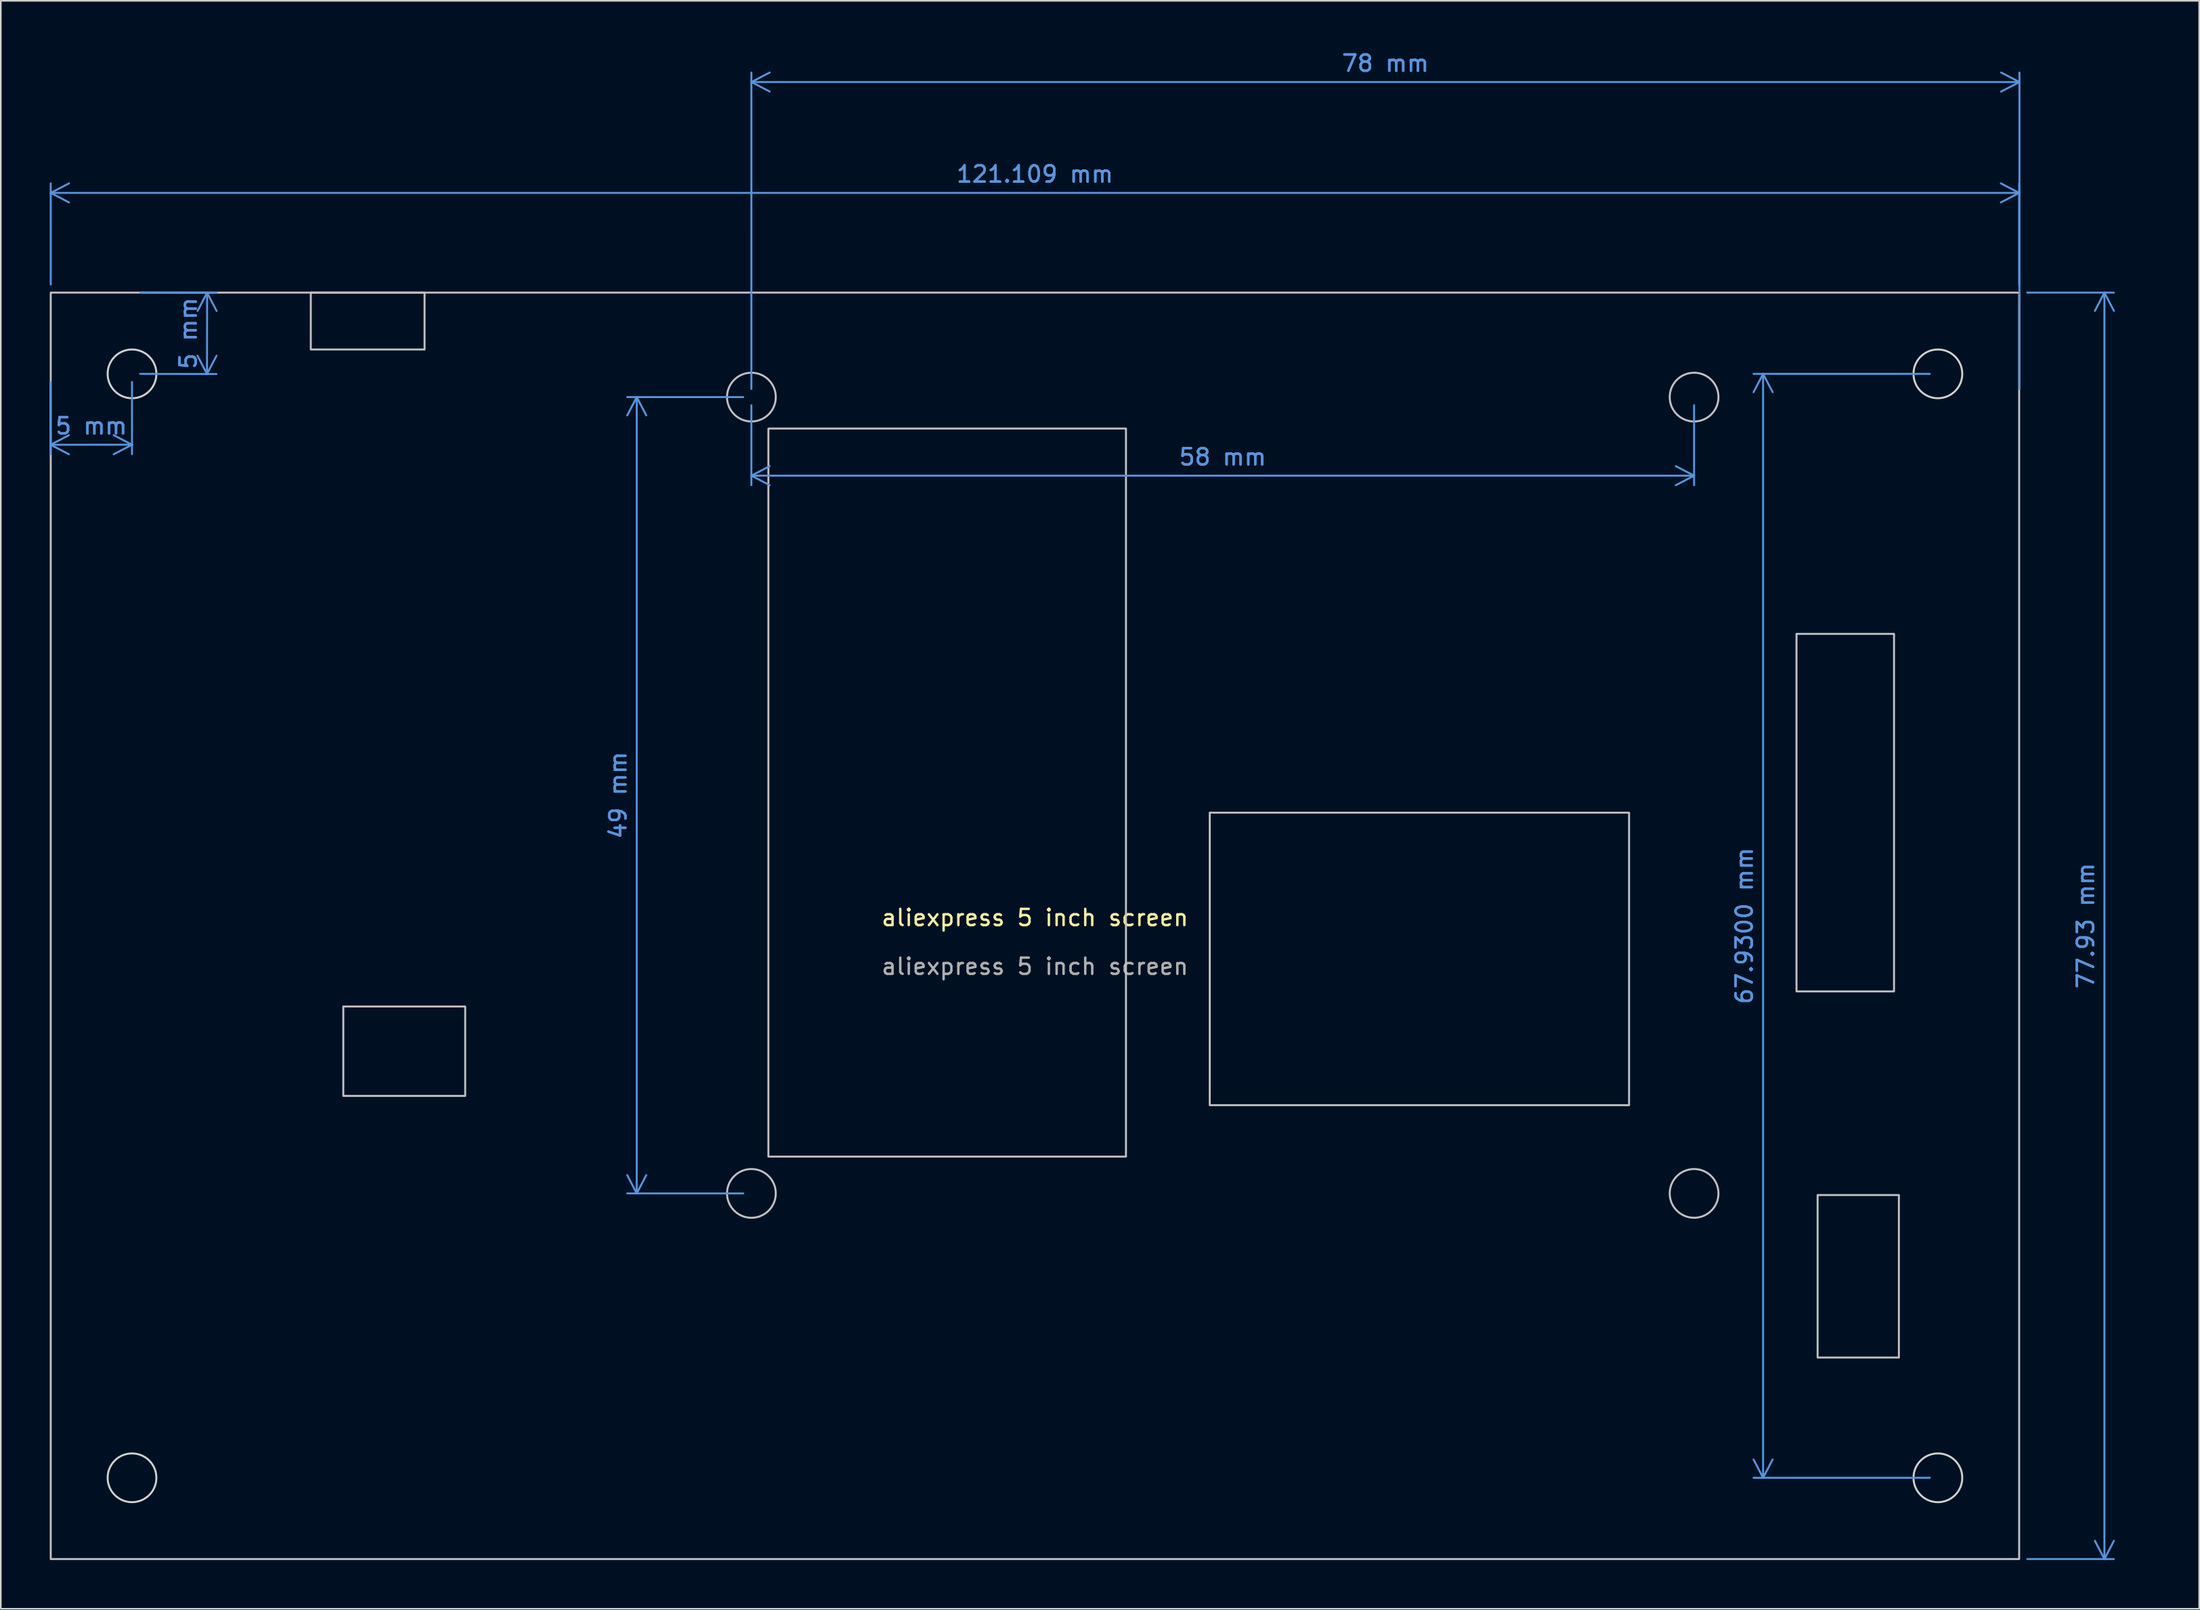
<source format=kicad_pcb>
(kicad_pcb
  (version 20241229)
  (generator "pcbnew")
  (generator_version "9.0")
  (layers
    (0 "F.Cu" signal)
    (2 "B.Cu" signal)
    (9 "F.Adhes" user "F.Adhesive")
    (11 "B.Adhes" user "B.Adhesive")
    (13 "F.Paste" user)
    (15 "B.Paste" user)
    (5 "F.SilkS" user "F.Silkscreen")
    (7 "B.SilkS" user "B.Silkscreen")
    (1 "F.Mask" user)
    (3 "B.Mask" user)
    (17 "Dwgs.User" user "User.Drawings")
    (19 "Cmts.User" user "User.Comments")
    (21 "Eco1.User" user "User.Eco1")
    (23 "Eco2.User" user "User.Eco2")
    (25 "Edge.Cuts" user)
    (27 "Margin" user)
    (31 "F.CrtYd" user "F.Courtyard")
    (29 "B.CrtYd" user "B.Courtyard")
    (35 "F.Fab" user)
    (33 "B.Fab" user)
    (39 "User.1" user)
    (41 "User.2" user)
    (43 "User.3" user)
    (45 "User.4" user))
  (footprint "aliexpress 5 inch screen"
    (layer "F.Cu")
    (at 60.626 53.92)
    (property "Reference" "aliexpress 5 inch screen" (at 0 -0.5 0) (unlocked yes) (layer "F.SilkS") (effects (font (size 1 1) (thickness 0.15))))
    (fp_rect (start -60.554 38.965) (end 60.554 -38.965) (stroke (width 0.12) (type default)) (fill no) (layer "Dwgs.User"))
    (fp_rect (start -44.554 -38.965) (end -37.554 -35.465) (stroke (width 0.12) (type default)) (fill no) (layer "Dwgs.User"))
    (fp_rect (start -42.554 4.965) (end -35.054 10.465) (stroke (width 0.12) (type default)) (fill no) (layer "Dwgs.User"))
    (fp_rect (start -16.4 -30.6) (end 5.6 14.2) (stroke (width 0.12) (type default)) (fill no) (layer "Dwgs.User"))
    (fp_rect (start 10.755 -6.965) (end 36.554 11.035) (stroke (width 0.12) (type default)) (fill no) (layer "Dwgs.User"))
    (fp_rect (start 46.855 -17.965) (end 52.855 4.035) (stroke (width 0.12) (type default)) (fill no) (layer "Dwgs.User"))
    (fp_rect (start 48.154 16.565) (end 53.154 26.565) (stroke (width 0.12) (type default)) (fill no) (layer "Dwgs.User"))
    (fp_circle (center -17.445 -32.535) (end -15.945 -32.535) (stroke (width 0.12) (type default)) (fill no) (layer "Dwgs.User"))
    (fp_circle (center -17.445 16.465) (end -15.945 16.465) (stroke (width 0.12) (type default)) (fill no) (layer "Dwgs.User"))
    (fp_circle (center 40.554 -32.535) (end 42.054 -32.535) (stroke (width 0.12) (type default)) (fill no) (layer "Dwgs.User"))
    (fp_circle (center 40.554 16.465) (end 42.054 16.465) (stroke (width 0.12) (type default)) (fill no) (layer "Dwgs.User"))
    (fp_circle (center -55.554 -33.965) (end -54.054 -33.965) (stroke (width 0.12) (type default)) (fill no) (layer "Edge.Cuts"))
    (fp_circle (center -55.554 33.965) (end -54.054 33.965) (stroke (width 0.12) (type default)) (fill no) (layer "Edge.Cuts"))
    (fp_circle (center 55.554 -33.965) (end 57.054 -33.965) (stroke (width 0.12) (type default)) (fill no) (layer "Edge.Cuts"))
    (fp_circle (center 55.554 33.965) (end 57.054 33.965) (stroke (width 0.12) (type default)) (fill no) (layer "Edge.Cuts"))
    (fp_text user "${REFERENCE}" (at 0 2.5 0) (unlocked yes) (layer "F.Fab") (effects (font (size 1 1) (thickness 0.15))))
    (dimension (type aligned) (layer "Cmts.User") (pts (xy 0.071 14.955) (xy 121.18 14.955)) (height -6.135) (format (prefix "") (suffix "") (units 3) (units_format 1) (precision 3)) (style (thickness 0.12) (arrow_length 1.27) (text_position_mode 0) (arrow_direction outward) (extension_height 0.586) (extension_offset 0.5) (keep_text_aligned yes)) (gr_text "121.109 mm" (at 60.626 7.67 0) (layer "Cmts.User") (effects (font (size 1 1) (thickness 0.15)))))
    (dimension (type aligned) (layer "Cmts.User") (pts (xy 5.071 19.955) (xy 5.081 14.95)) (height 4.613) (format (prefix "") (suffix "") (units 3) (units_format 1) (precision 0)) (style (thickness 0.12) (arrow_length 1.27) (text_position_mode 0) (arrow_direction outward) (extension_height 0.586) (extension_offset 0.5) (keep_text_aligned yes)) (gr_text "5 mm" (at 8.539 17.459 89.893) (layer "Cmts.User") (effects (font (size 1 1) (thickness 0.15)))))
    (dimension (type aligned) (layer "Cmts.User") (pts (xy 43.18 21.385) (xy 121.197 21.386)) (height -19.387) (format (prefix "") (suffix "") (units 3) (units_format 1) (precision 0)) (style (thickness 0.12) (arrow_length 1.27) (text_position_mode 0) (arrow_direction outward) (extension_height 0.586) (extension_offset 0.5) (keep_text_aligned yes)) (gr_text "78 mm" (at 82.189 0.848 360) (layer "Cmts.User") (effects (font (size 1 1) (thickness 0.15)))))
    (dimension (type aligned) (layer "Cmts.User") (pts (xy 5.071 19.955) (xy 0.06 19.957)) (height -4.36) (format (prefix "") (suffix "") (units 3) (units_format 1) (precision 0)) (style (thickness 0.12) (arrow_length 1.27) (text_position_mode 0) (arrow_direction outward) (extension_height 0.586) (extension_offset 0.5) (keep_text_aligned yes)) (gr_text "5 mm" (at 2.567 23.166 0.024) (layer "Cmts.User") (effects (font (size 1 1) (thickness 0.15)))))
    (dimension (type aligned) (layer "Cmts.User") (pts (xy 116.18 19.955) (xy 116.18 87.885)) (height 10.755) (format (prefix "") (suffix "") (units 3) (units_format 1) (precision 4)) (style (thickness 0.12) (arrow_length 1.27) (text_position_mode 0) (arrow_direction outward) (extension_height 0.586) (extension_offset 0.5) (keep_text_aligned yes)) (gr_text "67.9300 mm" (at 104.276 53.92 90) (layer "Cmts.User") (effects (font (size 1 1) (thickness 0.15)))))
    (dimension (type aligned) (layer "Cmts.User") (pts (xy 43.18 70.385) (xy 43.18 21.385)) (height -7.054) (format (prefix "") (suffix "") (units 3) (units_format 1) (precision 0)) (style (thickness 0.12) (arrow_length 1.27) (text_position_mode 0) (arrow_direction outward) (extension_height 0.586) (extension_offset 0.5) (keep_text_aligned yes)) (gr_text "49 mm" (at 34.976 45.885 90) (layer "Cmts.User") (effects (font (size 1 1) (thickness 0.15)))))
    (dimension (type aligned) (layer "Cmts.User") (pts (xy 121.18 14.955) (xy 121.18 92.885)) (height -5.245) (format (prefix "") (suffix "") (units 3) (units_format 1) (precision 2)) (style (thickness 0.12) (arrow_length 1.27) (text_position_mode 0) (arrow_direction outward) (extension_height 0.586) (extension_offset 0.5) (keep_text_aligned yes)) (gr_text "77.93 mm" (at 125.276 53.92 90) (layer "Cmts.User") (effects (font (size 1 1) (thickness 0.15)))))
    (dimension (type aligned) (layer "Cmts.User") (pts (xy 43.18 21.385) (xy 101.18 21.385)) (height 4.835) (format (prefix "") (suffix "") (units 3) (units_format 1) (precision 0)) (style (thickness 0.12) (arrow_length 1.27) (text_position_mode 0) (arrow_direction outward) (extension_height 0.586) (extension_offset 0.5) (keep_text_aligned yes)) (gr_text "58 mm" (at 72.18 25.07 0) (layer "Cmts.User") (effects (font (size 1 1) (thickness 0.15))))))
  (gr_rect
    (start -3 -3)
    (end 132.258 95.945)
    (stroke (width 0.1) (type default))
    (fill no)
    (layer "Edge.Cuts")))
</source>
